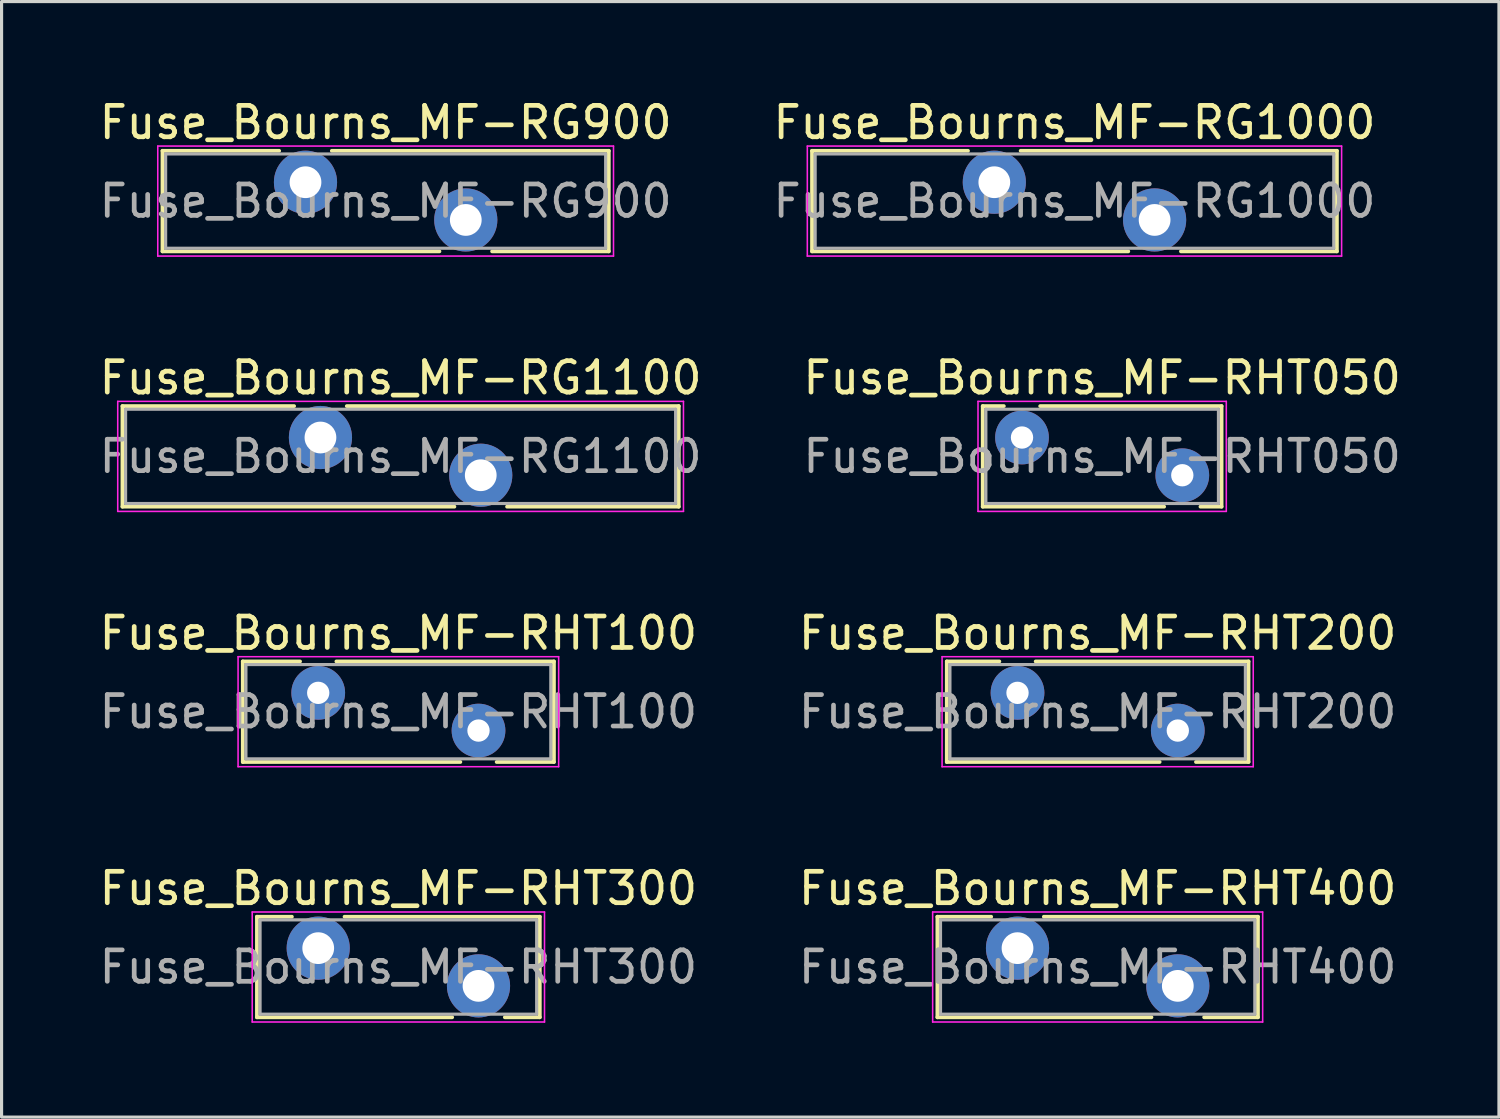
<source format=kicad_pcb>
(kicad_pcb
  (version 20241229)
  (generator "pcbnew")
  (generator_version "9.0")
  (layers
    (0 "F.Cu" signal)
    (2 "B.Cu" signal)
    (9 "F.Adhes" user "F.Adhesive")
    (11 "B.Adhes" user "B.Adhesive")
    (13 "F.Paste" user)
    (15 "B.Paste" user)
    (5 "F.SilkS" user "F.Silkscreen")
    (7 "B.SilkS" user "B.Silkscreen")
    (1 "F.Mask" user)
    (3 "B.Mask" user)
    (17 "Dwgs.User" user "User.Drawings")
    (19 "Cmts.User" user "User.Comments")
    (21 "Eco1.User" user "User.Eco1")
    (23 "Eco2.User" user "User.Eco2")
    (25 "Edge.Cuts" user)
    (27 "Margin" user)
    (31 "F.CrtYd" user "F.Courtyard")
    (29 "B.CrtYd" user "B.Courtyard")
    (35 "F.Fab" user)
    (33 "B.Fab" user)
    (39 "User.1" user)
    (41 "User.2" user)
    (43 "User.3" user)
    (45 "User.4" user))
  (footprint "Fuse_Bourns_MF-RHT400"
    (layer "F.Cu")
    (at 29.325 27.118)
    (property "Reference" "Fuse_Bourns_MF-RHT400" (at 2.55 -1.9 0) (layer "F.SilkS") (effects (font (size 1 1) (thickness 0.15))))
    (attr through_hole)
    (fp_line (start -2.55 -1) (end -0.838 -1) (stroke (width 0.12) (type solid)) (layer "F.SilkS"))
    (fp_line (start -2.55 2.2) (end -2.55 -1) (stroke (width 0.12) (type solid)) (layer "F.SilkS"))
    (fp_line (start 0.838 -1) (end 7.65 -1) (stroke (width 0.12) (type solid)) (layer "F.SilkS"))
    (fp_line (start 4.262 2.2) (end -2.55 2.2) (stroke (width 0.12) (type solid)) (layer "F.SilkS"))
    (fp_line (start 7.65 -1) (end 7.65 2.2) (stroke (width 0.12) (type solid)) (layer "F.SilkS"))
    (fp_line (start 7.65 2.2) (end 5.938 2.2) (stroke (width 0.12) (type solid)) (layer "F.SilkS"))
    (fp_line (start -2.7 -1.15) (end -2.7 2.35) (stroke (width 0.05) (type solid)) (layer "F.CrtYd"))
    (fp_line (start -2.7 2.35) (end 7.8 2.35) (stroke (width 0.05) (type solid)) (layer "F.CrtYd"))
    (fp_line (start 7.8 -1.15) (end -2.7 -1.15) (stroke (width 0.05) (type solid)) (layer "F.CrtYd"))
    (fp_line (start 7.8 2.35) (end 7.8 -1.15) (stroke (width 0.05) (type solid)) (layer "F.CrtYd"))
    (fp_line (start -2.45 -0.9) (end -2.45 2.1) (stroke (width 0.1) (type solid)) (layer "F.Fab"))
    (fp_line (start -2.45 2.1) (end 7.55 2.1) (stroke (width 0.1) (type solid)) (layer "F.Fab"))
    (fp_line (start 7.55 -0.9) (end -2.45 -0.9) (stroke (width 0.1) (type solid)) (layer "F.Fab"))
    (fp_line (start 7.55 2.1) (end 7.55 -0.9) (stroke (width 0.1) (type solid)) (layer "F.Fab"))
    (fp_text user "${REFERENCE}" (at 2.55 0.6 0) (layer "F.Fab") (effects (font (size 1 1) (thickness 0.15))))
    (pad "1" thru_hole circle (at 0 0) (size 2.01 2.01) (drill 1.01) (layers "*.Cu" "*.Mask"))
    (pad "2" thru_hole circle (at 5.1 1.2) (size 2.01 2.01) (drill 1.01) (layers "*.Cu" "*.Mask")))
  (footprint "Fuse_Bourns_MF-RG1000"
    (layer "F.Cu")
    (at 28.587 2.748)
    (property "Reference" "Fuse_Bourns_MF-RG1000" (at 2.55 -1.9 0) (layer "F.SilkS") (effects (font (size 1 1) (thickness 0.15))))
    (attr through_hole)
    (fp_line (start -5.8 -1) (end -0.838 -1) (stroke (width 0.12) (type solid)) (layer "F.SilkS"))
    (fp_line (start -5.8 2.2) (end -5.8 -1) (stroke (width 0.12) (type solid)) (layer "F.SilkS"))
    (fp_line (start 0.838 -1) (end 10.9 -1) (stroke (width 0.12) (type solid)) (layer "F.SilkS"))
    (fp_line (start 4.262 2.2) (end -5.8 2.2) (stroke (width 0.12) (type solid)) (layer "F.SilkS"))
    (fp_line (start 10.9 -1) (end 10.9 2.2) (stroke (width 0.12) (type solid)) (layer "F.SilkS"))
    (fp_line (start 10.9 2.2) (end 5.938 2.2) (stroke (width 0.12) (type solid)) (layer "F.SilkS"))
    (fp_line (start -5.95 -1.15) (end -5.95 2.35) (stroke (width 0.05) (type solid)) (layer "F.CrtYd"))
    (fp_line (start -5.95 2.35) (end 11.05 2.35) (stroke (width 0.05) (type solid)) (layer "F.CrtYd"))
    (fp_line (start 11.05 -1.15) (end -5.95 -1.15) (stroke (width 0.05) (type solid)) (layer "F.CrtYd"))
    (fp_line (start 11.05 2.35) (end 11.05 -1.15) (stroke (width 0.05) (type solid)) (layer "F.CrtYd"))
    (fp_line (start -5.7 -0.9) (end -5.7 2.1) (stroke (width 0.1) (type solid)) (layer "F.Fab"))
    (fp_line (start -5.7 2.1) (end 10.8 2.1) (stroke (width 0.1) (type solid)) (layer "F.Fab"))
    (fp_line (start 10.8 -0.9) (end -5.7 -0.9) (stroke (width 0.1) (type solid)) (layer "F.Fab"))
    (fp_line (start 10.8 2.1) (end 10.8 -0.9) (stroke (width 0.1) (type solid)) (layer "F.Fab"))
    (fp_text user "${REFERENCE}" (at 2.55 0.6 0) (layer "F.Fab") (effects (font (size 1 1) (thickness 0.15))))
    (pad "1" thru_hole circle (at 0 0) (size 2.01 2.01) (drill 1.01) (layers "*.Cu" "*.Mask"))
    (pad "2" thru_hole circle (at 5.1 1.2) (size 2.01 2.01) (drill 1.01) (layers "*.Cu" "*.Mask")))
  (footprint "Fuse_Bourns_MF-RHT300"
    (layer "F.Cu")
    (at 7.075 27.118)
    (property "Reference" "Fuse_Bourns_MF-RHT300" (at 2.55 -1.9 0) (layer "F.SilkS") (effects (font (size 1 1) (thickness 0.15))))
    (attr through_hole)
    (fp_line (start -1.95 -1) (end -0.838 -1) (stroke (width 0.12) (type solid)) (layer "F.SilkS"))
    (fp_line (start -1.95 2.2) (end -1.95 -1) (stroke (width 0.12) (type solid)) (layer "F.SilkS"))
    (fp_line (start 0.838 -1) (end 7.05 -1) (stroke (width 0.12) (type solid)) (layer "F.SilkS"))
    (fp_line (start 4.262 2.2) (end -1.95 2.2) (stroke (width 0.12) (type solid)) (layer "F.SilkS"))
    (fp_line (start 7.05 -1) (end 7.05 2.2) (stroke (width 0.12) (type solid)) (layer "F.SilkS"))
    (fp_line (start 7.05 2.2) (end 5.938 2.2) (stroke (width 0.12) (type solid)) (layer "F.SilkS"))
    (fp_line (start -2.1 -1.15) (end -2.1 2.35) (stroke (width 0.05) (type solid)) (layer "F.CrtYd"))
    (fp_line (start -2.1 2.35) (end 7.2 2.35) (stroke (width 0.05) (type solid)) (layer "F.CrtYd"))
    (fp_line (start 7.2 -1.15) (end -2.1 -1.15) (stroke (width 0.05) (type solid)) (layer "F.CrtYd"))
    (fp_line (start 7.2 2.35) (end 7.2 -1.15) (stroke (width 0.05) (type solid)) (layer "F.CrtYd"))
    (fp_line (start -1.85 -0.9) (end -1.85 2.1) (stroke (width 0.1) (type solid)) (layer "F.Fab"))
    (fp_line (start -1.85 2.1) (end 6.95 2.1) (stroke (width 0.1) (type solid)) (layer "F.Fab"))
    (fp_line (start 6.95 -0.9) (end -1.85 -0.9) (stroke (width 0.1) (type solid)) (layer "F.Fab"))
    (fp_line (start 6.95 2.1) (end 6.95 -0.9) (stroke (width 0.1) (type solid)) (layer "F.Fab"))
    (fp_text user "${REFERENCE}" (at 2.55 0.6 0) (layer "F.Fab") (effects (font (size 1 1) (thickness 0.15))))
    (pad "1" thru_hole circle (at 0 0) (size 2.01 2.01) (drill 1.01) (layers "*.Cu" "*.Mask"))
    (pad "2" thru_hole circle (at 5.1 1.2) (size 2.01 2.01) (drill 1.01) (layers "*.Cu" "*.Mask")))
  (footprint "Fuse_Bourns_MF-RHT200"
    (layer "F.Cu")
    (at 29.325 18.995)
    (property "Reference" "Fuse_Bourns_MF-RHT200" (at 2.55 -1.9 0) (layer "F.SilkS") (effects (font (size 1 1) (thickness 0.15))))
    (attr through_hole)
    (fp_line (start -2.25 -1) (end -0.578 -1) (stroke (width 0.12) (type solid)) (layer "F.SilkS"))
    (fp_line (start -2.25 2.2) (end -2.25 -1) (stroke (width 0.12) (type solid)) (layer "F.SilkS"))
    (fp_line (start 0.578 -1) (end 7.35 -1) (stroke (width 0.12) (type solid)) (layer "F.SilkS"))
    (fp_line (start 4.522 2.2) (end -2.25 2.2) (stroke (width 0.12) (type solid)) (layer "F.SilkS"))
    (fp_line (start 7.35 -1) (end 7.35 2.2) (stroke (width 0.12) (type solid)) (layer "F.SilkS"))
    (fp_line (start 7.35 2.2) (end 5.678 2.2) (stroke (width 0.12) (type solid)) (layer "F.SilkS"))
    (fp_line (start -2.4 -1.15) (end -2.4 2.35) (stroke (width 0.05) (type solid)) (layer "F.CrtYd"))
    (fp_line (start -2.4 2.35) (end 7.5 2.35) (stroke (width 0.05) (type solid)) (layer "F.CrtYd"))
    (fp_line (start 7.5 -1.15) (end -2.4 -1.15) (stroke (width 0.05) (type solid)) (layer "F.CrtYd"))
    (fp_line (start 7.5 2.35) (end 7.5 -1.15) (stroke (width 0.05) (type solid)) (layer "F.CrtYd"))
    (fp_line (start -2.15 -0.9) (end -2.15 2.1) (stroke (width 0.1) (type solid)) (layer "F.Fab"))
    (fp_line (start -2.15 2.1) (end 7.25 2.1) (stroke (width 0.1) (type solid)) (layer "F.Fab"))
    (fp_line (start 7.25 -0.9) (end -2.15 -0.9) (stroke (width 0.1) (type solid)) (layer "F.Fab"))
    (fp_line (start 7.25 2.1) (end 7.25 -0.9) (stroke (width 0.1) (type solid)) (layer "F.Fab"))
    (fp_text user "${REFERENCE}" (at 2.55 0.6 0) (layer "F.Fab") (effects (font (size 1 1) (thickness 0.15))))
    (pad "1" thru_hole circle (at 0 0) (size 1.71 1.71) (drill 0.71) (layers "*.Cu" "*.Mask"))
    (pad "2" thru_hole circle (at 5.1 1.2) (size 1.71 1.71) (drill 0.71) (layers "*.Cu" "*.Mask")))
  (footprint "Fuse_Bourns_MF-RG1100"
    (layer "F.Cu")
    (at 7.146 10.871)
    (property "Reference" "Fuse_Bourns_MF-RG1100" (at 2.55 -1.9 0) (layer "F.SilkS") (effects (font (size 1 1) (thickness 0.15))))
    (attr through_hole)
    (fp_line (start -6.3 -1) (end -0.838 -1) (stroke (width 0.12) (type solid)) (layer "F.SilkS"))
    (fp_line (start -6.3 2.2) (end -6.3 -1) (stroke (width 0.12) (type solid)) (layer "F.SilkS"))
    (fp_line (start 0.838 -1) (end 11.4 -1) (stroke (width 0.12) (type solid)) (layer "F.SilkS"))
    (fp_line (start 4.262 2.2) (end -6.3 2.2) (stroke (width 0.12) (type solid)) (layer "F.SilkS"))
    (fp_line (start 11.4 -1) (end 11.4 2.2) (stroke (width 0.12) (type solid)) (layer "F.SilkS"))
    (fp_line (start 11.4 2.2) (end 5.938 2.2) (stroke (width 0.12) (type solid)) (layer "F.SilkS"))
    (fp_line (start -6.45 -1.15) (end -6.45 2.35) (stroke (width 0.05) (type solid)) (layer "F.CrtYd"))
    (fp_line (start -6.45 2.35) (end 11.55 2.35) (stroke (width 0.05) (type solid)) (layer "F.CrtYd"))
    (fp_line (start 11.55 -1.15) (end -6.45 -1.15) (stroke (width 0.05) (type solid)) (layer "F.CrtYd"))
    (fp_line (start 11.55 2.35) (end 11.55 -1.15) (stroke (width 0.05) (type solid)) (layer "F.CrtYd"))
    (fp_line (start -6.2 -0.9) (end -6.2 2.1) (stroke (width 0.1) (type solid)) (layer "F.Fab"))
    (fp_line (start -6.2 2.1) (end 11.3 2.1) (stroke (width 0.1) (type solid)) (layer "F.Fab"))
    (fp_line (start 11.3 -0.9) (end -6.2 -0.9) (stroke (width 0.1) (type solid)) (layer "F.Fab"))
    (fp_line (start 11.3 2.1) (end 11.3 -0.9) (stroke (width 0.1) (type solid)) (layer "F.Fab"))
    (fp_text user "${REFERENCE}" (at 2.55 0.6 0) (layer "F.Fab") (effects (font (size 1 1) (thickness 0.15))))
    (pad "1" thru_hole circle (at 0 0) (size 2.01 2.01) (drill 1.01) (layers "*.Cu" "*.Mask"))
    (pad "2" thru_hole circle (at 5.1 1.2) (size 2.01 2.01) (drill 1.01) (layers "*.Cu" "*.Mask")))
  (footprint "Fuse_Bourns_MF-RHT100"
    (layer "F.Cu")
    (at 7.075 18.995)
    (property "Reference" "Fuse_Bourns_MF-RHT100" (at 2.55 -1.9 0) (layer "F.SilkS") (effects (font (size 1 1) (thickness 0.15))))
    (attr through_hole)
    (fp_line (start -2.4 -1) (end -0.578 -1) (stroke (width 0.12) (type solid)) (layer "F.SilkS"))
    (fp_line (start -2.4 2.2) (end -2.4 -1) (stroke (width 0.12) (type solid)) (layer "F.SilkS"))
    (fp_line (start 0.578 -1) (end 7.5 -1) (stroke (width 0.12) (type solid)) (layer "F.SilkS"))
    (fp_line (start 4.522 2.2) (end -2.4 2.2) (stroke (width 0.12) (type solid)) (layer "F.SilkS"))
    (fp_line (start 7.5 -1) (end 7.5 2.2) (stroke (width 0.12) (type solid)) (layer "F.SilkS"))
    (fp_line (start 7.5 2.2) (end 5.678 2.2) (stroke (width 0.12) (type solid)) (layer "F.SilkS"))
    (fp_line (start -2.55 -1.15) (end -2.55 2.35) (stroke (width 0.05) (type solid)) (layer "F.CrtYd"))
    (fp_line (start -2.55 2.35) (end 7.65 2.35) (stroke (width 0.05) (type solid)) (layer "F.CrtYd"))
    (fp_line (start 7.65 -1.15) (end -2.55 -1.15) (stroke (width 0.05) (type solid)) (layer "F.CrtYd"))
    (fp_line (start 7.65 2.35) (end 7.65 -1.15) (stroke (width 0.05) (type solid)) (layer "F.CrtYd"))
    (fp_line (start -2.3 -0.9) (end -2.3 2.1) (stroke (width 0.1) (type solid)) (layer "F.Fab"))
    (fp_line (start -2.3 2.1) (end 7.4 2.1) (stroke (width 0.1) (type solid)) (layer "F.Fab"))
    (fp_line (start 7.4 -0.9) (end -2.3 -0.9) (stroke (width 0.1) (type solid)) (layer "F.Fab"))
    (fp_line (start 7.4 2.1) (end 7.4 -0.9) (stroke (width 0.1) (type solid)) (layer "F.Fab"))
    (fp_text user "${REFERENCE}" (at 2.55 0.6 0) (layer "F.Fab") (effects (font (size 1 1) (thickness 0.15))))
    (pad "1" thru_hole circle (at 0 0) (size 1.71 1.71) (drill 0.71) (layers "*.Cu" "*.Mask"))
    (pad "2" thru_hole circle (at 5.1 1.2) (size 1.71 1.71) (drill 0.71) (layers "*.Cu" "*.Mask")))
  (footprint "Fuse_Bourns_MF-RHT050"
    (layer "F.Cu")
    (at 29.468 10.871)
    (property "Reference" "Fuse_Bourns_MF-RHT050" (at 2.55 -1.9 0) (layer "F.SilkS") (effects (font (size 1 1) (thickness 0.15))))
    (attr through_hole)
    (fp_line (start -1.25 -1) (end -0.578 -1) (stroke (width 0.12) (type solid)) (layer "F.SilkS"))
    (fp_line (start -1.25 2.2) (end -1.25 -1) (stroke (width 0.12) (type solid)) (layer "F.SilkS"))
    (fp_line (start 0.578 -1) (end 6.35 -1) (stroke (width 0.12) (type solid)) (layer "F.SilkS"))
    (fp_line (start 4.522 2.2) (end -1.25 2.2) (stroke (width 0.12) (type solid)) (layer "F.SilkS"))
    (fp_line (start 6.35 -1) (end 6.35 2.2) (stroke (width 0.12) (type solid)) (layer "F.SilkS"))
    (fp_line (start 6.35 2.2) (end 5.678 2.2) (stroke (width 0.12) (type solid)) (layer "F.SilkS"))
    (fp_line (start -1.4 -1.15) (end -1.4 2.35) (stroke (width 0.05) (type solid)) (layer "F.CrtYd"))
    (fp_line (start -1.4 2.35) (end 6.5 2.35) (stroke (width 0.05) (type solid)) (layer "F.CrtYd"))
    (fp_line (start 6.5 -1.15) (end -1.4 -1.15) (stroke (width 0.05) (type solid)) (layer "F.CrtYd"))
    (fp_line (start 6.5 2.35) (end 6.5 -1.15) (stroke (width 0.05) (type solid)) (layer "F.CrtYd"))
    (fp_line (start -1.15 -0.9) (end -1.15 2.1) (stroke (width 0.1) (type solid)) (layer "F.Fab"))
    (fp_line (start -1.15 2.1) (end 6.25 2.1) (stroke (width 0.1) (type solid)) (layer "F.Fab"))
    (fp_line (start 6.25 -0.9) (end -1.15 -0.9) (stroke (width 0.1) (type solid)) (layer "F.Fab"))
    (fp_line (start 6.25 2.1) (end 6.25 -0.9) (stroke (width 0.1) (type solid)) (layer "F.Fab"))
    (fp_text user "${REFERENCE}" (at 2.55 0.6 0) (layer "F.Fab") (effects (font (size 1 1) (thickness 0.15))))
    (pad "1" thru_hole circle (at 0 0) (size 1.71 1.71) (drill 0.71) (layers "*.Cu" "*.Mask"))
    (pad "2" thru_hole circle (at 5.1 1.2) (size 1.71 1.71) (drill 0.71) (layers "*.Cu" "*.Mask")))
  (footprint "Fuse_Bourns_MF-RG900"
    (layer "F.Cu")
    (at 6.67 2.748)
    (property "Reference" "Fuse_Bourns_MF-RG900" (at 2.55 -1.9 0) (layer "F.SilkS") (effects (font (size 1 1) (thickness 0.15))))
    (attr through_hole)
    (fp_line (start -4.55 -1) (end -0.838 -1) (stroke (width 0.12) (type solid)) (layer "F.SilkS"))
    (fp_line (start -4.55 2.2) (end -4.55 -1) (stroke (width 0.12) (type solid)) (layer "F.SilkS"))
    (fp_line (start 0.838 -1) (end 9.65 -1) (stroke (width 0.12) (type solid)) (layer "F.SilkS"))
    (fp_line (start 4.262 2.2) (end -4.55 2.2) (stroke (width 0.12) (type solid)) (layer "F.SilkS"))
    (fp_line (start 9.65 -1) (end 9.65 2.2) (stroke (width 0.12) (type solid)) (layer "F.SilkS"))
    (fp_line (start 9.65 2.2) (end 5.938 2.2) (stroke (width 0.12) (type solid)) (layer "F.SilkS"))
    (fp_line (start -4.7 -1.15) (end -4.7 2.35) (stroke (width 0.05) (type solid)) (layer "F.CrtYd"))
    (fp_line (start -4.7 2.35) (end 9.8 2.35) (stroke (width 0.05) (type solid)) (layer "F.CrtYd"))
    (fp_line (start 9.8 -1.15) (end -4.7 -1.15) (stroke (width 0.05) (type solid)) (layer "F.CrtYd"))
    (fp_line (start 9.8 2.35) (end 9.8 -1.15) (stroke (width 0.05) (type solid)) (layer "F.CrtYd"))
    (fp_line (start -4.45 -0.9) (end -4.45 2.1) (stroke (width 0.1) (type solid)) (layer "F.Fab"))
    (fp_line (start -4.45 2.1) (end 9.55 2.1) (stroke (width 0.1) (type solid)) (layer "F.Fab"))
    (fp_line (start 9.55 -0.9) (end -4.45 -0.9) (stroke (width 0.1) (type solid)) (layer "F.Fab"))
    (fp_line (start 9.55 2.1) (end 9.55 -0.9) (stroke (width 0.1) (type solid)) (layer "F.Fab"))
    (fp_text user "${REFERENCE}" (at 2.55 0.6 0) (layer "F.Fab") (effects (font (size 1 1) (thickness 0.15))))
    (pad "1" thru_hole circle (at 0 0) (size 2.01 2.01) (drill 1.01) (layers "*.Cu" "*.Mask"))
    (pad "2" thru_hole circle (at 5.1 1.2) (size 2.01 2.01) (drill 1.01) (layers "*.Cu" "*.Mask")))
  (gr_rect
    (start -3 -3)
    (end 44.643 32.493)
    (stroke (width 0.1) (type default))
    (fill no)
    (layer "Edge.Cuts")))
</source>
